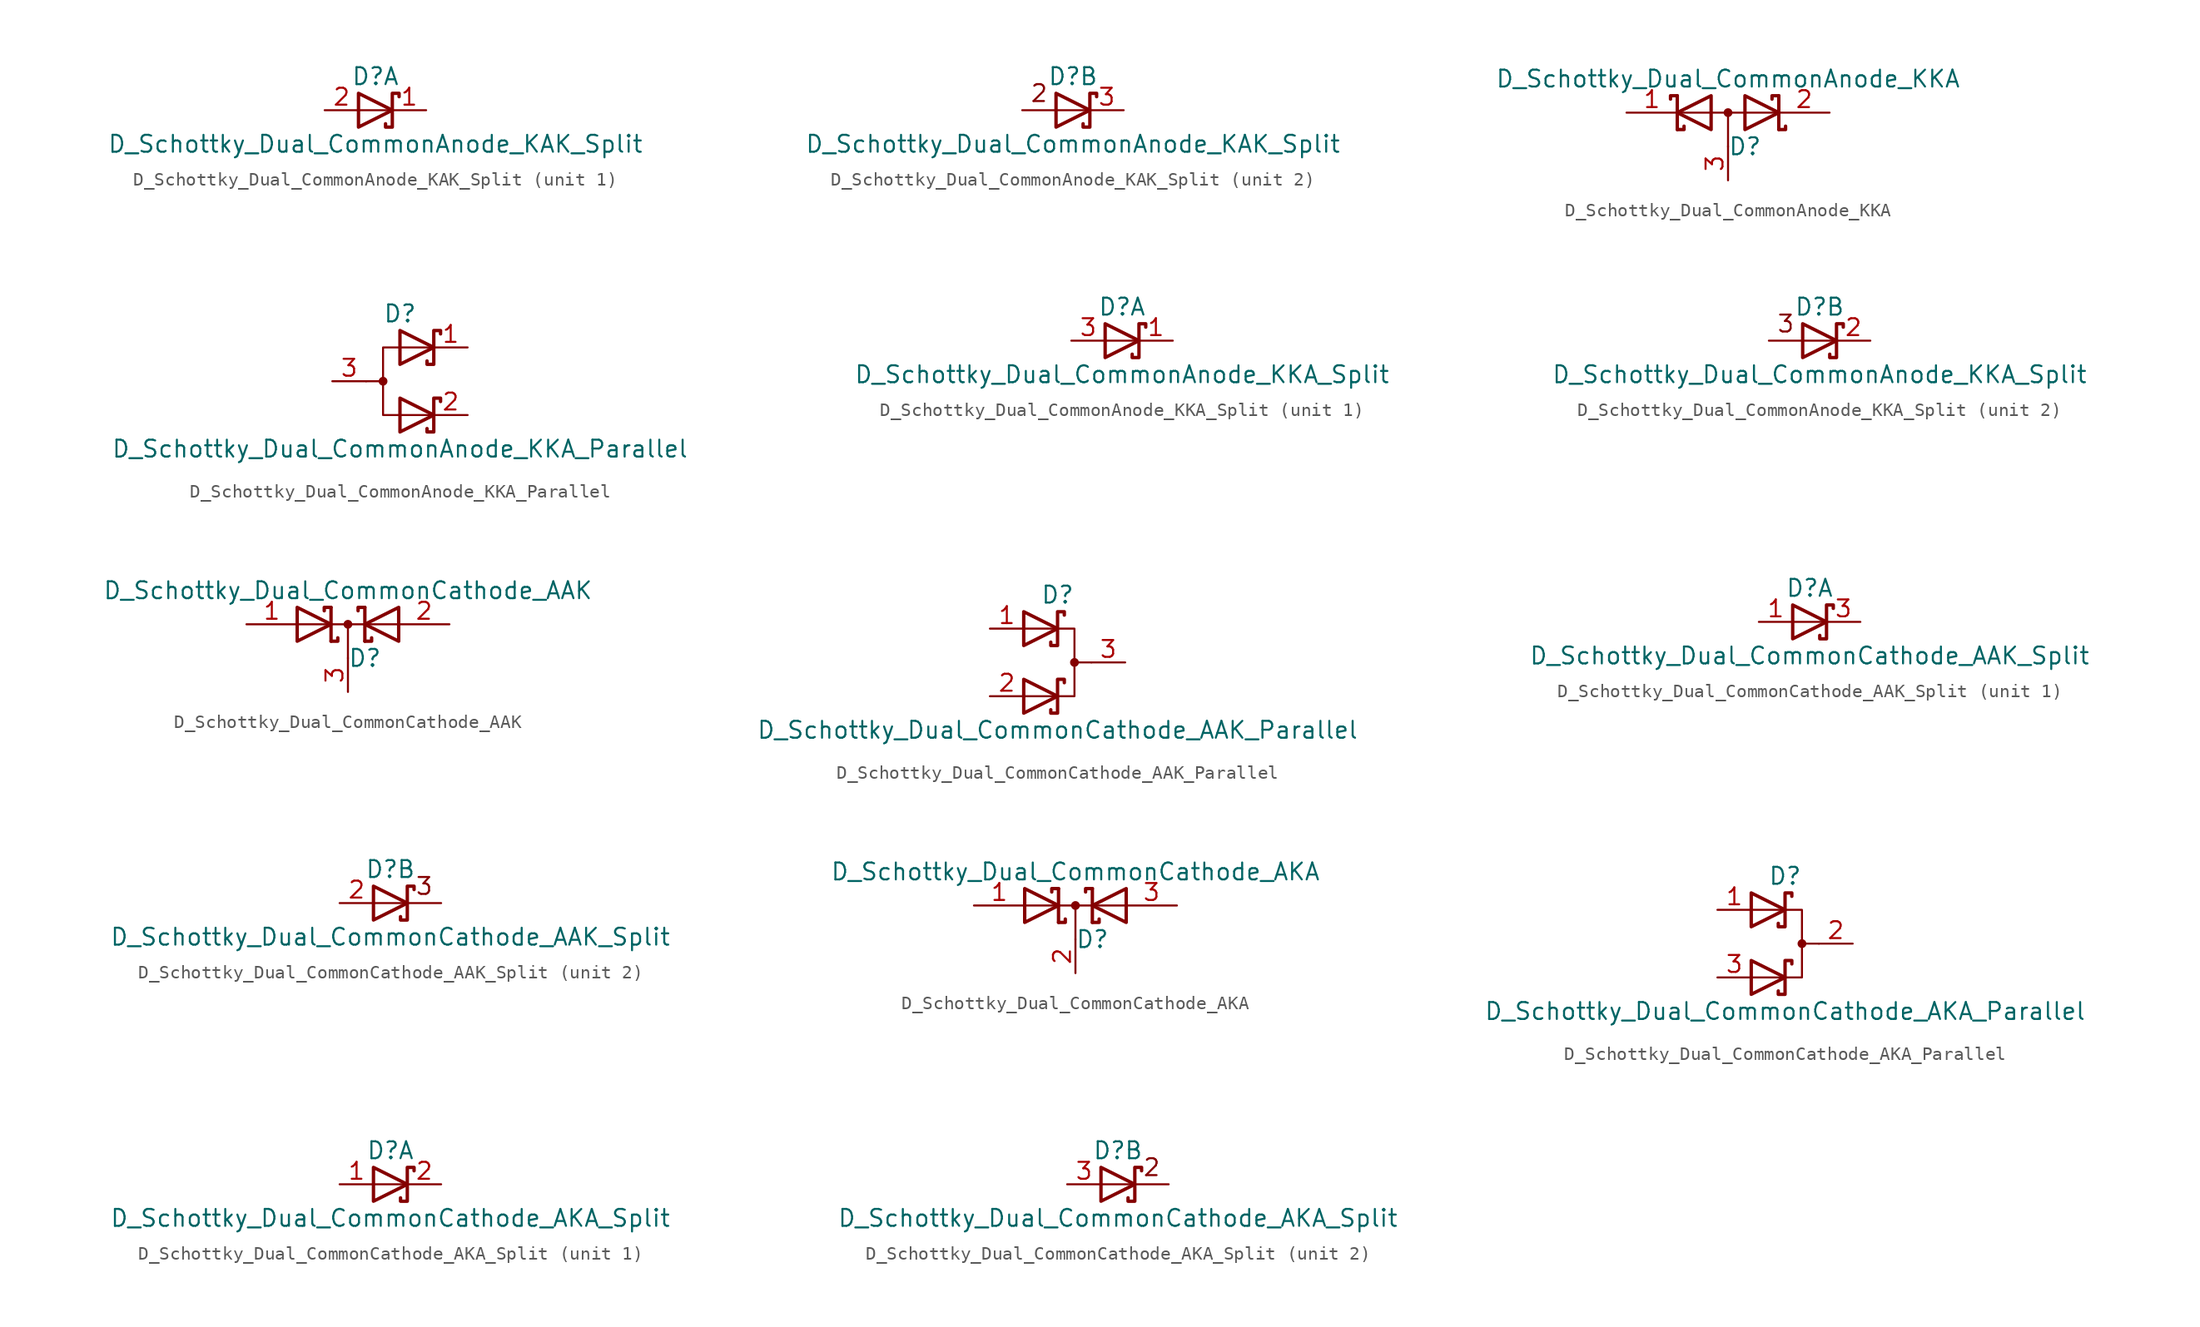
<source format=kicad_sym>
(kicad_symbol_lib
  (version 20201005)
  (generator kicad_symbol_editor)
  (symbol "D_Schottky_Dual_CommonAnode_KAK_Split"
    (pin_names
      (offset 0.762) hide)
    (property "Reference" "D"
      (at 0 2.54 0)
      (effects (font (size 1.27 1.27))))
    (property "Value" "D_Schottky_Dual_CommonAnode_KAK_Split"
      (at 0 -2.54 0)
      (effects (font (size 1.27 1.27))))
    (property "ki_locked" ""
      (at 0 0 0)
      (effects (font (size 1.27 1.27))))
    (symbol "D_Schottky_Dual_CommonAnode_KAK_Split_0_1"
      (polyline (pts (xy -1.27 1.27) (xy 1.27 0) (xy -1.27 -1.27) (xy -1.27 1.27) (xy -1.27 1.27) (xy -1.27 1.27)) (stroke (width 0.254)) (fill (type none)))
      (polyline (pts (xy 1.778 1.016) (xy 1.778 1.27) (xy 1.27 1.27) (xy 1.27 -1.27) (xy 0.762 -1.27) (xy 0.762 -1.016)) (stroke (width 0.254)) (fill (type none))))
    (symbol "D_Schottky_Dual_CommonAnode_KAK_Split_1_1"
      (polyline (pts (xy 1.27 0) (xy -1.27 0)) (stroke (width 0)) (fill (type none)))
      (pin passive line (at 3.81 0 180) (length 2.54) (name "K" (effects (font (size 1.27 1.27)))) (number "1" (effects (font (size 1.27 1.27)))))
      (pin passive line (at -3.81 0 0) (length 2.54) (name "A" (effects (font (size 1.27 1.27)))) (number "2" (effects (font (size 1.27 1.27))))))
    (symbol "D_Schottky_Dual_CommonAnode_KAK_Split_2_0"
      (text "2" (at -2.54 1.27 0) (effects (font (size 1.27 1.27))))
      (polyline (pts (xy 1.27 0) (xy -3.81 0)) (stroke (width 0)) (fill (type none))))
    (symbol "D_Schottky_Dual_CommonAnode_KAK_Split_2_1"
      (pin passive line (at 3.81 0 180) (length 2.54) (name "K" (effects (font (size 1.27 1.27)))) (number "3" (effects (font (size 1.27 1.27)))))))
  (symbol "D_Schottky_Dual_CommonAnode_KKA"
    (pin_names
      (offset 0.762) hide)
    (property "Reference" "D"
      (at 1.27 -2.54 0)
      (effects (font (size 1.27 1.27))))
    (property "Value" "D_Schottky_Dual_CommonAnode_KKA"
      (at 0 2.54 0)
      (effects (font (size 1.27 1.27))))
    (symbol "D_Schottky_Dual_CommonAnode_KKA_0_1"
      (circle (center 0 0) (radius 0.254) (stroke (width 0)) (fill (type outline)))
      (polyline (pts (xy -3.556 0) (xy 3.81 0)) (stroke (width 0)) (fill (type none)))
      (polyline (pts (xy 0 0) (xy 0 -2.54)) (stroke (width 0)) (fill (type none)))
      (polyline (pts (xy -3.81 1.27) (xy -3.81 -1.27) (xy -3.81 -1.27)) (stroke (width 0.254)) (fill (type none)))
      (polyline (pts (xy 3.81 1.27) (xy 3.81 -1.27) (xy 3.81 -1.27)) (stroke (width 0.254)) (fill (type none)))
      (polyline (pts (xy -3.81 1.27) (xy -4.318 1.27) (xy -4.318 1.016) (xy -4.318 1.016)) (stroke (width 0.254)) (fill (type none)))
      (polyline (pts (xy 3.81 -1.27) (xy 4.318 -1.27) (xy 4.318 -1.016) (xy 4.318 -1.016)) (stroke (width 0.254)) (fill (type none)))
      (polyline (pts (xy 3.81 1.27) (xy 3.302 1.27) (xy 3.302 1.016) (xy 3.302 1.016)) (stroke (width 0.254)) (fill (type none)))
      (polyline (pts (xy -3.302 -1.016) (xy -3.302 -1.27) (xy -3.81 -1.27) (xy -3.81 -1.27) (xy -3.81 -1.27)) (stroke (width 0.254)) (fill (type none)))
      (polyline (pts (xy -1.27 -1.27) (xy -3.81 0) (xy -1.27 1.27) (xy -1.27 -1.27) (xy -1.27 -1.27) (xy -1.27 -1.27)) (stroke (width 0.254)) (fill (type none)))
      (polyline (pts (xy 1.27 1.27) (xy 3.81 0) (xy 1.27 -1.27) (xy 1.27 1.27) (xy 1.27 1.27) (xy 1.27 1.27)) (stroke (width 0.254)) (fill (type none)))
      (pin passive line (at -7.62 0 0) (length 3.81) (name "K" (effects (font (size 1.27 1.27)))) (number "1" (effects (font (size 1.27 1.27)))))
      (pin passive line (at 7.62 0 180) (length 3.81) (name "K" (effects (font (size 1.27 1.27)))) (number "2" (effects (font (size 1.27 1.27)))))
      (pin passive line (at 0 -5.08 90) (length 2.54) (name "A" (effects (font (size 1.27 1.27)))) (number "3" (effects (font (size 1.27 1.27)))))))
  (symbol "D_Schottky_Dual_CommonAnode_KKA_Parallel"
    (pin_names
      (offset 0.762) hide)
    (property "Reference" "D"
      (at 0 5.08 0)
      (effects (font (size 1.27 1.27))))
    (property "Value" "D_Schottky_Dual_CommonAnode_KKA_Parallel"
      (at 0 -5.08 0)
      (effects (font (size 1.27 1.27))))
    (symbol "D_Schottky_Dual_CommonAnode_KKA_Parallel_0_1"
      (circle (center -1.27 0) (radius 0.254) (stroke (width 0)) (fill (type outline)))
      (polyline (pts (xy -1.27 0) (xy -2.54 0)) (stroke (width 0)) (fill (type none)))
      (polyline (pts (xy 2.54 2.54) (xy -1.27 2.54) (xy -1.27 -2.54) (xy 2.54 -2.54)) (stroke (width 0)) (fill (type none)))
      (polyline (pts (xy 0 -1.27) (xy 2.54 -2.54) (xy 0 -3.81) (xy 0 -1.27) (xy 0 -1.27) (xy 0 -1.27)) (stroke (width 0.254)) (fill (type none)))
      (polyline (pts (xy 0 3.81) (xy 2.54 2.54) (xy 0 1.27) (xy 0 3.81) (xy 0 3.81) (xy 0 3.81)) (stroke (width 0.254)) (fill (type none)))
      (polyline (pts (xy 3.048 -1.524) (xy 3.048 -1.27) (xy 2.54 -1.27) (xy 2.54 -3.81) (xy 2.032 -3.81) (xy 2.032 -3.556)) (stroke (width 0.254)) (fill (type none)))
      (polyline (pts (xy 3.048 3.556) (xy 3.048 3.81) (xy 2.54 3.81) (xy 2.54 1.27) (xy 2.032 1.27) (xy 2.032 1.524)) (stroke (width 0.254)) (fill (type none)))
      (pin passive line (at 5.08 2.54 180) (length 2.54) (name "K" (effects (font (size 1.27 1.27)))) (number "1" (effects (font (size 1.27 1.27)))))
      (pin passive line (at 5.08 -2.54 180) (length 2.54) (name "K" (effects (font (size 1.27 1.27)))) (number "2" (effects (font (size 1.27 1.27)))))
      (pin passive line (at -5.08 0 0) (length 2.54) (name "A" (effects (font (size 1.27 1.27)))) (number "3" (effects (font (size 1.27 1.27)))))))
  (symbol "D_Schottky_Dual_CommonAnode_KKA_Split"
    (pin_names
      (offset 0.762) hide)
    (property "Reference" "D"
      (at 0 2.54 0)
      (effects (font (size 1.27 1.27))))
    (property "Value" "D_Schottky_Dual_CommonAnode_KKA_Split"
      (at 0 -2.54 0)
      (effects (font (size 1.27 1.27))))
    (property "ki_locked" ""
      (at 0 0 0)
      (effects (font (size 1.27 1.27))))
    (symbol "D_Schottky_Dual_CommonAnode_KKA_Split_0_1"
      (polyline (pts (xy -1.27 1.27) (xy 1.27 0) (xy -1.27 -1.27) (xy -1.27 1.27) (xy -1.27 1.27) (xy -1.27 1.27)) (stroke (width 0.254)) (fill (type none)))
      (polyline (pts (xy 1.778 1.016) (xy 1.778 1.27) (xy 1.27 1.27) (xy 1.27 -1.27) (xy 0.762 -1.27) (xy 0.762 -1.016)) (stroke (width 0.254)) (fill (type none))))
    (symbol "D_Schottky_Dual_CommonAnode_KKA_Split_1_1"
      (polyline (pts (xy 1.27 0) (xy -1.27 0)) (stroke (width 0)) (fill (type none)))
      (pin passive line (at 3.81 0 180) (length 2.54) (name "K" (effects (font (size 1.27 1.27)))) (number "1" (effects (font (size 1.27 1.27)))))
      (pin passive line (at -3.81 0 0) (length 2.54) (name "A" (effects (font (size 1.27 1.27)))) (number "3" (effects (font (size 1.27 1.27))))))
    (symbol "D_Schottky_Dual_CommonAnode_KKA_Split_2_0"
      (text "3" (at -2.54 1.27 0) (effects (font (size 1.27 1.27))))
      (polyline (pts (xy 1.27 0) (xy -3.81 0)) (stroke (width 0)) (fill (type none))))
    (symbol "D_Schottky_Dual_CommonAnode_KKA_Split_2_1"
      (pin passive line (at 3.81 0 180) (length 2.54) (name "K" (effects (font (size 1.27 1.27)))) (number "2" (effects (font (size 1.27 1.27)))))))
  (symbol "D_Schottky_Dual_CommonCathode_AAK"
    (pin_names
      (offset 0.762) hide)
    (property "Reference" "D"
      (at 1.27 -2.54 0)
      (effects (font (size 1.27 1.27))))
    (property "Value" "D_Schottky_Dual_CommonCathode_AAK"
      (at 0 2.54 0)
      (effects (font (size 1.27 1.27))))
    (symbol "D_Schottky_Dual_CommonCathode_AAK_0_1"
      (circle (center 0 0) (radius 0.254) (stroke (width 0)) (fill (type outline)))
      (polyline (pts (xy -3.81 0) (xy 3.81 0)) (stroke (width 0)) (fill (type none)))
      (polyline (pts (xy 0 0) (xy 0 -2.54)) (stroke (width 0)) (fill (type none)))
      (polyline (pts (xy -1.27 -1.27) (xy -1.27 1.27) (xy -1.27 1.27)) (stroke (width 0.254)) (fill (type none)))
      (polyline (pts (xy 1.27 -1.27) (xy 1.27 1.27) (xy 1.27 1.27)) (stroke (width 0.254)) (fill (type none)))
      (polyline (pts (xy -1.27 -1.27) (xy -0.762 -1.27) (xy -0.762 -1.016) (xy -0.762 -1.016)) (stroke (width 0.254)) (fill (type none)))
      (polyline (pts (xy 1.27 -1.27) (xy 1.778 -1.27) (xy 1.778 -1.016) (xy 1.778 -1.016)) (stroke (width 0.254)) (fill (type none)))
      (polyline (pts (xy 1.27 1.27) (xy 0.762 1.27) (xy 0.762 1.016) (xy 0.762 1.016)) (stroke (width 0.254)) (fill (type none)))
      (polyline (pts (xy -1.778 1.016) (xy -1.778 1.27) (xy -1.27 1.27) (xy -1.27 1.27) (xy -1.27 1.27)) (stroke (width 0.254)) (fill (type none)))
      (polyline (pts (xy -3.81 1.27) (xy -1.27 0) (xy -3.81 -1.27) (xy -3.81 1.27) (xy -3.81 1.27) (xy -3.81 1.27)) (stroke (width 0.254)) (fill (type none)))
      (polyline (pts (xy 3.81 -1.27) (xy 1.27 0) (xy 3.81 1.27) (xy 3.81 -1.27) (xy 3.81 -1.27) (xy 3.81 -1.27)) (stroke (width 0.254)) (fill (type none)))
      (pin passive line (at -7.62 0 0) (length 3.81) (name "A" (effects (font (size 1.27 1.27)))) (number "1" (effects (font (size 1.27 1.27)))))
      (pin passive line (at 7.62 0 180) (length 3.81) (name "A" (effects (font (size 1.27 1.27)))) (number "2" (effects (font (size 1.27 1.27)))))
      (pin passive line (at 0 -5.08 90) (length 2.54) (name "K" (effects (font (size 1.27 1.27)))) (number "3" (effects (font (size 1.27 1.27)))))))
  (symbol "D_Schottky_Dual_CommonCathode_AAK_Parallel"
    (pin_names
      (offset 0.762) hide)
    (property "Reference" "D"
      (at 0 5.08 0)
      (effects (font (size 1.27 1.27))))
    (property "Value" "D_Schottky_Dual_CommonCathode_AAK_Parallel"
      (at 0 -5.08 0)
      (effects (font (size 1.27 1.27))))
    (symbol "D_Schottky_Dual_CommonCathode_AAK_Parallel_0_1"
      (circle (center 1.27 0) (radius 0.254) (stroke (width 0)) (fill (type outline)))
      (polyline (pts (xy 1.27 0) (xy 2.54 0)) (stroke (width 0)) (fill (type none)))
      (polyline (pts (xy -2.54 -2.54) (xy 1.27 -2.54) (xy 1.27 2.54) (xy -2.54 2.54)) (stroke (width 0)) (fill (type none)))
      (polyline (pts (xy -2.54 -1.27) (xy 0 -2.54) (xy -2.54 -3.81) (xy -2.54 -1.27) (xy -2.54 -1.27) (xy -2.54 -1.27)) (stroke (width 0.254)) (fill (type none)))
      (polyline (pts (xy -2.54 3.81) (xy 0 2.54) (xy -2.54 1.27) (xy -2.54 3.81) (xy -2.54 3.81) (xy -2.54 3.81)) (stroke (width 0.254)) (fill (type none)))
      (polyline (pts (xy 0.508 -1.524) (xy 0.508 -1.27) (xy 0 -1.27) (xy 0 -3.81) (xy -0.508 -3.81) (xy -0.508 -3.556)) (stroke (width 0.254)) (fill (type none)))
      (polyline (pts (xy 0.508 3.556) (xy 0.508 3.81) (xy 0 3.81) (xy 0 1.27) (xy -0.508 1.27) (xy -0.508 1.524)) (stroke (width 0.254)) (fill (type none)))
      (pin passive line (at -5.08 2.54 0) (length 2.54) (name "K" (effects (font (size 1.27 1.27)))) (number "1" (effects (font (size 1.27 1.27)))))
      (pin passive line (at -5.08 -2.54 0) (length 2.54) (name "K" (effects (font (size 1.27 1.27)))) (number "2" (effects (font (size 1.27 1.27)))))
      (pin passive line (at 5.08 0 180) (length 2.54) (name "A" (effects (font (size 1.27 1.27)))) (number "3" (effects (font (size 1.27 1.27)))))))
  (symbol "D_Schottky_Dual_CommonCathode_AAK_Split"
    (pin_names
      (offset 0.762) hide)
    (property "Reference" "D"
      (at 0 2.54 0)
      (effects (font (size 1.27 1.27))))
    (property "Value" "D_Schottky_Dual_CommonCathode_AAK_Split"
      (at 0 -2.54 0)
      (effects (font (size 1.27 1.27))))
    (property "ki_locked" ""
      (at 0 0 0)
      (effects (font (size 1.27 1.27))))
    (symbol "D_Schottky_Dual_CommonCathode_AAK_Split_0_1"
      (polyline (pts (xy -1.27 1.27) (xy 1.27 0) (xy -1.27 -1.27) (xy -1.27 1.27) (xy -1.27 1.27) (xy -1.27 1.27)) (stroke (width 0.254)) (fill (type none)))
      (polyline (pts (xy 1.778 1.016) (xy 1.778 1.27) (xy 1.27 1.27) (xy 1.27 -1.27) (xy 0.762 -1.27) (xy 0.762 -1.016)) (stroke (width 0.254)) (fill (type none))))
    (symbol "D_Schottky_Dual_CommonCathode_AAK_Split_1_1"
      (polyline (pts (xy 1.27 0) (xy -1.27 0)) (stroke (width 0)) (fill (type none)))
      (pin passive line (at -3.81 0 0) (length 2.54) (name "A" (effects (font (size 1.27 1.27)))) (number "1" (effects (font (size 1.27 1.27)))))
      (pin passive line (at 3.81 0 180) (length 2.54) (name "K" (effects (font (size 1.27 1.27)))) (number "3" (effects (font (size 1.27 1.27))))))
    (symbol "D_Schottky_Dual_CommonCathode_AAK_Split_2_0"
      (text "3" (at 2.54 1.27 0) (effects (font (size 1.27 1.27))))
      (polyline (pts (xy 3.81 0) (xy -1.27 0)) (stroke (width 0)) (fill (type none))))
    (symbol "D_Schottky_Dual_CommonCathode_AAK_Split_2_1"
      (pin passive line (at -3.81 0 0) (length 2.54) (name "K" (effects (font (size 1.27 1.27)))) (number "2" (effects (font (size 1.27 1.27)))))))
  (symbol "D_Schottky_Dual_CommonCathode_AKA"
    (pin_names
      (offset 0.762) hide)
    (property "Reference" "D"
      (at 1.27 -2.54 0)
      (effects (font (size 1.27 1.27))))
    (property "Value" "D_Schottky_Dual_CommonCathode_AKA"
      (at 0 2.54 0)
      (effects (font (size 1.27 1.27))))
    (symbol "D_Schottky_Dual_CommonCathode_AKA_0_1"
      (circle (center 0 0) (radius 0.254) (stroke (width 0)) (fill (type outline)))
      (polyline (pts (xy 0 0) (xy 0 -2.54)) (stroke (width 0)) (fill (type none)))
      (polyline (pts (xy 3.81 0) (xy -3.81 0)) (stroke (width 0)) (fill (type none)))
      (polyline (pts (xy -1.27 -1.27) (xy -1.27 1.27) (xy -1.27 1.27)) (stroke (width 0.254)) (fill (type none)))
      (polyline (pts (xy 1.27 -1.27) (xy 1.27 1.27) (xy 1.27 1.27)) (stroke (width 0.254)) (fill (type none)))
      (polyline (pts (xy -1.27 -1.27) (xy -0.762 -1.27) (xy -0.762 -1.016) (xy -0.762 -1.016)) (stroke (width 0.254)) (fill (type none)))
      (polyline (pts (xy 1.27 -1.27) (xy 1.778 -1.27) (xy 1.778 -1.016) (xy 1.778 -1.016)) (stroke (width 0.254)) (fill (type none)))
      (polyline (pts (xy 1.27 1.27) (xy 0.762 1.27) (xy 0.762 1.016) (xy 0.762 1.016)) (stroke (width 0.254)) (fill (type none)))
      (polyline (pts (xy -1.778 1.016) (xy -1.778 1.27) (xy -1.27 1.27) (xy -1.27 1.27) (xy -1.27 1.27)) (stroke (width 0.254)) (fill (type none)))
      (polyline (pts (xy -3.81 1.27) (xy -1.27 0) (xy -3.81 -1.27) (xy -3.81 1.27) (xy -3.81 1.27) (xy -3.81 1.27)) (stroke (width 0.254)) (fill (type none)))
      (polyline (pts (xy 3.81 -1.27) (xy 1.27 0) (xy 3.81 1.27) (xy 3.81 -1.27) (xy 3.81 -1.27) (xy 3.81 -1.27)) (stroke (width 0.254)) (fill (type none)))
      (pin passive line (at -7.62 0 0) (length 3.81) (name "A" (effects (font (size 1.27 1.27)))) (number "1" (effects (font (size 1.27 1.27)))))
      (pin passive line (at 0 -5.08 90) (length 2.54) (name "K" (effects (font (size 1.27 1.27)))) (number "2" (effects (font (size 1.27 1.27)))))
      (pin passive line (at 7.62 0 180) (length 3.81) (name "A" (effects (font (size 1.27 1.27)))) (number "3" (effects (font (size 1.27 1.27)))))))
  (symbol "D_Schottky_Dual_CommonCathode_AKA_Parallel"
    (pin_names
      (offset 0.762) hide)
    (property "Reference" "D"
      (at 0 5.08 0)
      (effects (font (size 1.27 1.27))))
    (property "Value" "D_Schottky_Dual_CommonCathode_AKA_Parallel"
      (at 0 -5.08 0)
      (effects (font (size 1.27 1.27))))
    (symbol "D_Schottky_Dual_CommonCathode_AKA_Parallel_0_1"
      (circle (center 1.27 0) (radius 0.254) (stroke (width 0)) (fill (type outline)))
      (polyline (pts (xy 1.27 0) (xy 2.54 0)) (stroke (width 0)) (fill (type none)))
      (polyline (pts (xy -2.54 -2.54) (xy 1.27 -2.54) (xy 1.27 2.54) (xy -2.54 2.54)) (stroke (width 0)) (fill (type none)))
      (polyline (pts (xy -2.54 -1.27) (xy 0 -2.54) (xy -2.54 -3.81) (xy -2.54 -1.27) (xy -2.54 -1.27) (xy -2.54 -1.27)) (stroke (width 0.254)) (fill (type none)))
      (polyline (pts (xy -2.54 3.81) (xy 0 2.54) (xy -2.54 1.27) (xy -2.54 3.81) (xy -2.54 3.81) (xy -2.54 3.81)) (stroke (width 0.254)) (fill (type none)))
      (polyline (pts (xy 0.508 -1.524) (xy 0.508 -1.27) (xy 0 -1.27) (xy 0 -3.81) (xy -0.508 -3.81) (xy -0.508 -3.556)) (stroke (width 0.254)) (fill (type none)))
      (polyline (pts (xy 0.508 3.556) (xy 0.508 3.81) (xy 0 3.81) (xy 0 1.27) (xy -0.508 1.27) (xy -0.508 1.524)) (stroke (width 0.254)) (fill (type none)))
      (pin passive line (at -5.08 2.54 0) (length 2.54) (name "K" (effects (font (size 1.27 1.27)))) (number "1" (effects (font (size 1.27 1.27)))))
      (pin passive line (at 5.08 0 180) (length 2.54) (name "A" (effects (font (size 1.27 1.27)))) (number "2" (effects (font (size 1.27 1.27)))))
      (pin passive line (at -5.08 -2.54 0) (length 2.54) (name "K" (effects (font (size 1.27 1.27)))) (number "3" (effects (font (size 1.27 1.27)))))))
  (symbol "D_Schottky_Dual_CommonCathode_AKA_Split"
    (pin_names
      (offset 0.762) hide)
    (property "Reference" "D"
      (at 0 2.54 0)
      (effects (font (size 1.27 1.27))))
    (property "Value" "D_Schottky_Dual_CommonCathode_AKA_Split"
      (at 0 -2.54 0)
      (effects (font (size 1.27 1.27))))
    (property "ki_locked" ""
      (at 0 0 0)
      (effects (font (size 1.27 1.27))))
    (symbol "D_Schottky_Dual_CommonCathode_AKA_Split_0_1"
      (polyline (pts (xy -1.27 1.27) (xy 1.27 0) (xy -1.27 -1.27) (xy -1.27 1.27) (xy -1.27 1.27) (xy -1.27 1.27)) (stroke (width 0.254)) (fill (type none)))
      (polyline (pts (xy 1.778 1.016) (xy 1.778 1.27) (xy 1.27 1.27) (xy 1.27 -1.27) (xy 0.762 -1.27) (xy 0.762 -1.016)) (stroke (width 0.254)) (fill (type none))))
    (symbol "D_Schottky_Dual_CommonCathode_AKA_Split_1_1"
      (polyline (pts (xy 1.27 0) (xy -1.27 0)) (stroke (width 0)) (fill (type none)))
      (pin passive line (at -3.81 0 0) (length 2.54) (name "A" (effects (font (size 1.27 1.27)))) (number "1" (effects (font (size 1.27 1.27)))))
      (pin passive line (at 3.81 0 180) (length 2.54) (name "K" (effects (font (size 1.27 1.27)))) (number "2" (effects (font (size 1.27 1.27))))))
    (symbol "D_Schottky_Dual_CommonCathode_AKA_Split_2_0"
      (text "2" (at 2.54 1.27 0) (effects (font (size 1.27 1.27))))
      (polyline (pts (xy 3.81 0) (xy -1.27 0)) (stroke (width 0)) (fill (type none))))
    (symbol "D_Schottky_Dual_CommonCathode_AKA_Split_2_1"
      (pin passive line (at -3.81 0 0) (length 2.54) (name "K" (effects (font (size 1.27 1.27)))) (number "3" (effects (font (size 1.27 1.27))))))))
</source>
